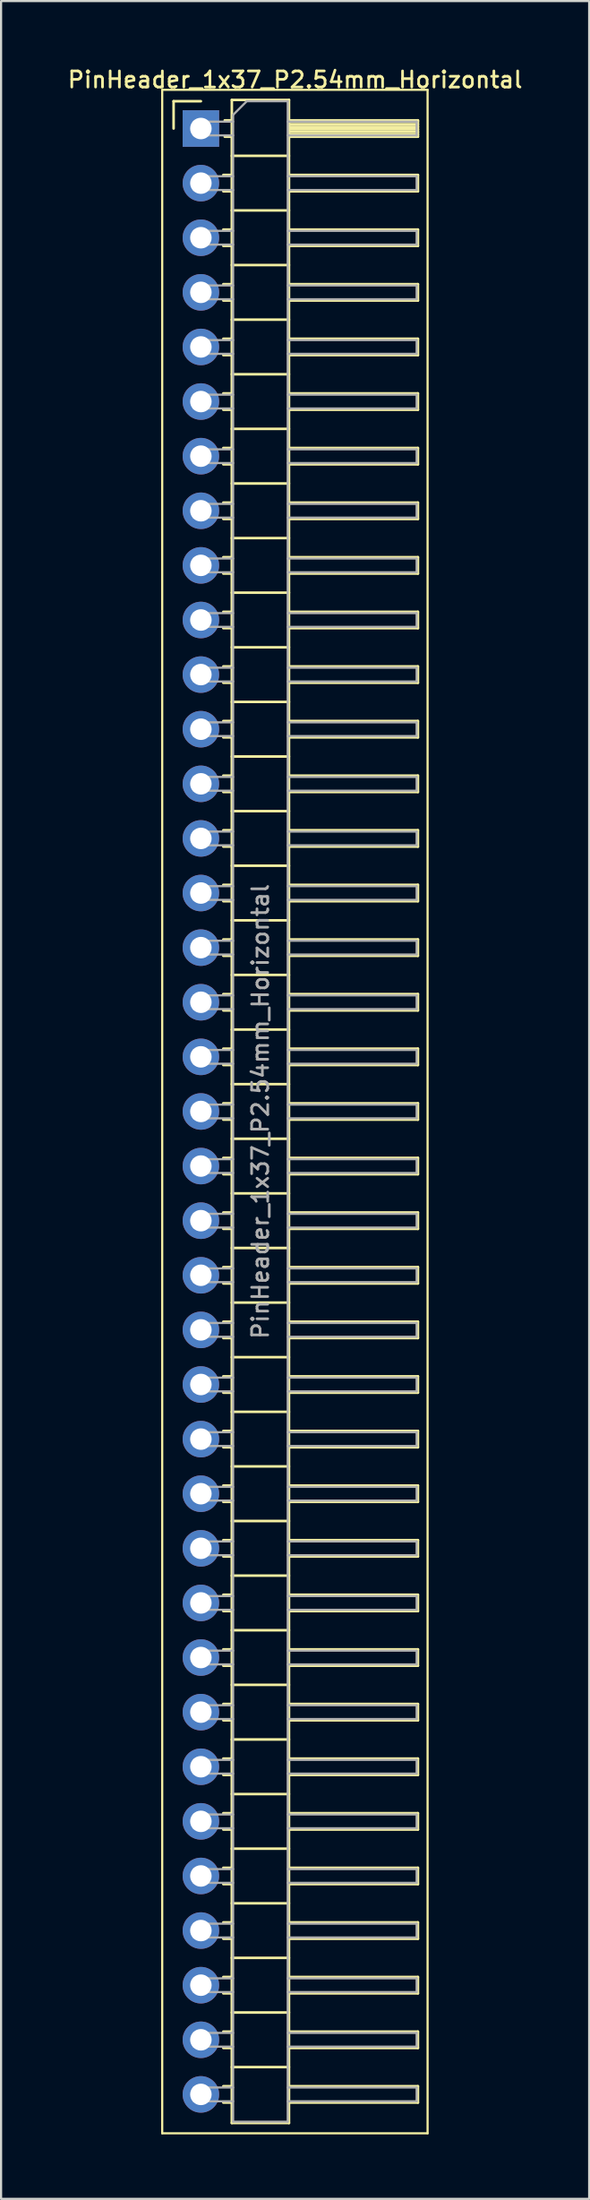
<source format=kicad_pcb>
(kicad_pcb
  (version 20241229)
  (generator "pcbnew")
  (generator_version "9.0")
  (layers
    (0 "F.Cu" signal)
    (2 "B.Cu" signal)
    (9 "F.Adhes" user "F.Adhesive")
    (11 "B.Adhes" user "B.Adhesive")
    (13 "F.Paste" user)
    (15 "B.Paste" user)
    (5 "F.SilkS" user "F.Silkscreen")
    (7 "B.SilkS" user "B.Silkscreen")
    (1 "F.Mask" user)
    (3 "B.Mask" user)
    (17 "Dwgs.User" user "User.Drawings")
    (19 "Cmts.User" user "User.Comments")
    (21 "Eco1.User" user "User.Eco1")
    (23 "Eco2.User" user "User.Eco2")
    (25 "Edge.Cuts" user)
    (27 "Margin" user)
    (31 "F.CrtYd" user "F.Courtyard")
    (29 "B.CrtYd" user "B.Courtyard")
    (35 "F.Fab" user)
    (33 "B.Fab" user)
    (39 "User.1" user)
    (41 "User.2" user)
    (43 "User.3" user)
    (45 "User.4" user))
  (footprint "PinHeader_1x37_P2.54mm_Horizontal"
    (layer "F.Cu")
    (at 6.299 2.928)
    (property "Reference" "PinHeader_1x37_P2.54mm_Horizontal" (at 4.385 -2.27 0) (layer "F.SilkS") (effects (font (size 0.75 0.75) (thickness 0.125))))
    (attr through_hole)
    (fp_line (start -1.8 -1.8) (end -1.8 93.25) (stroke (width 0.1) (type solid)) (layer "F.SilkS"))
    (fp_line (start -1.8 93.25) (end 10.55 93.25) (stroke (width 0.1) (type solid)) (layer "F.SilkS"))
    (fp_line (start -1.27 -1.27) (end 0 -1.27) (stroke (width 0.12) (type solid)) (layer "F.SilkS"))
    (fp_line (start -1.27 0) (end -1.27 -1.27) (stroke (width 0.12) (type solid)) (layer "F.SilkS"))
    (fp_line (start 1.043 2.16) (end 1.44 2.16) (stroke (width 0.12) (type solid)) (layer "F.SilkS"))
    (fp_line (start 1.043 2.92) (end 1.44 2.92) (stroke (width 0.12) (type solid)) (layer "F.SilkS"))
    (fp_line (start 1.043 4.7) (end 1.44 4.7) (stroke (width 0.12) (type solid)) (layer "F.SilkS"))
    (fp_line (start 1.043 5.46) (end 1.44 5.46) (stroke (width 0.12) (type solid)) (layer "F.SilkS"))
    (fp_line (start 1.043 7.24) (end 1.44 7.24) (stroke (width 0.12) (type solid)) (layer "F.SilkS"))
    (fp_line (start 1.043 8) (end 1.44 8) (stroke (width 0.12) (type solid)) (layer "F.SilkS"))
    (fp_line (start 1.043 9.78) (end 1.44 9.78) (stroke (width 0.12) (type solid)) (layer "F.SilkS"))
    (fp_line (start 1.043 10.54) (end 1.44 10.54) (stroke (width 0.12) (type solid)) (layer "F.SilkS"))
    (fp_line (start 1.043 12.32) (end 1.44 12.32) (stroke (width 0.12) (type solid)) (layer "F.SilkS"))
    (fp_line (start 1.043 13.08) (end 1.44 13.08) (stroke (width 0.12) (type solid)) (layer "F.SilkS"))
    (fp_line (start 1.043 14.86) (end 1.44 14.86) (stroke (width 0.12) (type solid)) (layer "F.SilkS"))
    (fp_line (start 1.043 15.62) (end 1.44 15.62) (stroke (width 0.12) (type solid)) (layer "F.SilkS"))
    (fp_line (start 1.043 17.4) (end 1.44 17.4) (stroke (width 0.12) (type solid)) (layer "F.SilkS"))
    (fp_line (start 1.043 18.16) (end 1.44 18.16) (stroke (width 0.12) (type solid)) (layer "F.SilkS"))
    (fp_line (start 1.043 19.94) (end 1.44 19.94) (stroke (width 0.12) (type solid)) (layer "F.SilkS"))
    (fp_line (start 1.043 20.7) (end 1.44 20.7) (stroke (width 0.12) (type solid)) (layer "F.SilkS"))
    (fp_line (start 1.043 22.48) (end 1.44 22.48) (stroke (width 0.12) (type solid)) (layer "F.SilkS"))
    (fp_line (start 1.043 23.24) (end 1.44 23.24) (stroke (width 0.12) (type solid)) (layer "F.SilkS"))
    (fp_line (start 1.043 25.02) (end 1.44 25.02) (stroke (width 0.12) (type solid)) (layer "F.SilkS"))
    (fp_line (start 1.043 25.78) (end 1.44 25.78) (stroke (width 0.12) (type solid)) (layer "F.SilkS"))
    (fp_line (start 1.043 27.56) (end 1.44 27.56) (stroke (width 0.12) (type solid)) (layer "F.SilkS"))
    (fp_line (start 1.043 28.32) (end 1.44 28.32) (stroke (width 0.12) (type solid)) (layer "F.SilkS"))
    (fp_line (start 1.043 30.1) (end 1.44 30.1) (stroke (width 0.12) (type solid)) (layer "F.SilkS"))
    (fp_line (start 1.043 30.86) (end 1.44 30.86) (stroke (width 0.12) (type solid)) (layer "F.SilkS"))
    (fp_line (start 1.043 32.64) (end 1.44 32.64) (stroke (width 0.12) (type solid)) (layer "F.SilkS"))
    (fp_line (start 1.043 33.4) (end 1.44 33.4) (stroke (width 0.12) (type solid)) (layer "F.SilkS"))
    (fp_line (start 1.043 35.18) (end 1.44 35.18) (stroke (width 0.12) (type solid)) (layer "F.SilkS"))
    (fp_line (start 1.043 35.94) (end 1.44 35.94) (stroke (width 0.12) (type solid)) (layer "F.SilkS"))
    (fp_line (start 1.043 37.72) (end 1.44 37.72) (stroke (width 0.12) (type solid)) (layer "F.SilkS"))
    (fp_line (start 1.043 38.48) (end 1.44 38.48) (stroke (width 0.12) (type solid)) (layer "F.SilkS"))
    (fp_line (start 1.043 40.26) (end 1.44 40.26) (stroke (width 0.12) (type solid)) (layer "F.SilkS"))
    (fp_line (start 1.043 41.02) (end 1.44 41.02) (stroke (width 0.12) (type solid)) (layer "F.SilkS"))
    (fp_line (start 1.043 42.8) (end 1.44 42.8) (stroke (width 0.12) (type solid)) (layer "F.SilkS"))
    (fp_line (start 1.043 43.56) (end 1.44 43.56) (stroke (width 0.12) (type solid)) (layer "F.SilkS"))
    (fp_line (start 1.043 45.34) (end 1.44 45.34) (stroke (width 0.12) (type solid)) (layer "F.SilkS"))
    (fp_line (start 1.043 46.1) (end 1.44 46.1) (stroke (width 0.12) (type solid)) (layer "F.SilkS"))
    (fp_line (start 1.043 47.88) (end 1.44 47.88) (stroke (width 0.12) (type solid)) (layer "F.SilkS"))
    (fp_line (start 1.043 48.64) (end 1.44 48.64) (stroke (width 0.12) (type solid)) (layer "F.SilkS"))
    (fp_line (start 1.043 50.42) (end 1.44 50.42) (stroke (width 0.12) (type solid)) (layer "F.SilkS"))
    (fp_line (start 1.043 51.18) (end 1.44 51.18) (stroke (width 0.12) (type solid)) (layer "F.SilkS"))
    (fp_line (start 1.043 52.96) (end 1.44 52.96) (stroke (width 0.12) (type solid)) (layer "F.SilkS"))
    (fp_line (start 1.043 53.72) (end 1.44 53.72) (stroke (width 0.12) (type solid)) (layer "F.SilkS"))
    (fp_line (start 1.043 55.5) (end 1.44 55.5) (stroke (width 0.12) (type solid)) (layer "F.SilkS"))
    (fp_line (start 1.043 56.26) (end 1.44 56.26) (stroke (width 0.12) (type solid)) (layer "F.SilkS"))
    (fp_line (start 1.043 58.04) (end 1.44 58.04) (stroke (width 0.12) (type solid)) (layer "F.SilkS"))
    (fp_line (start 1.043 58.8) (end 1.44 58.8) (stroke (width 0.12) (type solid)) (layer "F.SilkS"))
    (fp_line (start 1.043 60.58) (end 1.44 60.58) (stroke (width 0.12) (type solid)) (layer "F.SilkS"))
    (fp_line (start 1.043 61.34) (end 1.44 61.34) (stroke (width 0.12) (type solid)) (layer "F.SilkS"))
    (fp_line (start 1.043 63.12) (end 1.44 63.12) (stroke (width 0.12) (type solid)) (layer "F.SilkS"))
    (fp_line (start 1.043 63.88) (end 1.44 63.88) (stroke (width 0.12) (type solid)) (layer "F.SilkS"))
    (fp_line (start 1.043 65.66) (end 1.44 65.66) (stroke (width 0.12) (type solid)) (layer "F.SilkS"))
    (fp_line (start 1.043 66.42) (end 1.44 66.42) (stroke (width 0.12) (type solid)) (layer "F.SilkS"))
    (fp_line (start 1.043 68.2) (end 1.44 68.2) (stroke (width 0.12) (type solid)) (layer "F.SilkS"))
    (fp_line (start 1.043 68.96) (end 1.44 68.96) (stroke (width 0.12) (type solid)) (layer "F.SilkS"))
    (fp_line (start 1.043 70.74) (end 1.44 70.74) (stroke (width 0.12) (type solid)) (layer "F.SilkS"))
    (fp_line (start 1.043 71.5) (end 1.44 71.5) (stroke (width 0.12) (type solid)) (layer "F.SilkS"))
    (fp_line (start 1.043 73.28) (end 1.44 73.28) (stroke (width 0.12) (type solid)) (layer "F.SilkS"))
    (fp_line (start 1.043 74.04) (end 1.44 74.04) (stroke (width 0.12) (type solid)) (layer "F.SilkS"))
    (fp_line (start 1.043 75.82) (end 1.44 75.82) (stroke (width 0.12) (type solid)) (layer "F.SilkS"))
    (fp_line (start 1.043 76.58) (end 1.44 76.58) (stroke (width 0.12) (type solid)) (layer "F.SilkS"))
    (fp_line (start 1.043 78.36) (end 1.44 78.36) (stroke (width 0.12) (type solid)) (layer "F.SilkS"))
    (fp_line (start 1.043 79.12) (end 1.44 79.12) (stroke (width 0.12) (type solid)) (layer "F.SilkS"))
    (fp_line (start 1.043 80.9) (end 1.44 80.9) (stroke (width 0.12) (type solid)) (layer "F.SilkS"))
    (fp_line (start 1.043 81.66) (end 1.44 81.66) (stroke (width 0.12) (type solid)) (layer "F.SilkS"))
    (fp_line (start 1.043 83.44) (end 1.44 83.44) (stroke (width 0.12) (type solid)) (layer "F.SilkS"))
    (fp_line (start 1.043 84.2) (end 1.44 84.2) (stroke (width 0.12) (type solid)) (layer "F.SilkS"))
    (fp_line (start 1.043 85.98) (end 1.44 85.98) (stroke (width 0.12) (type solid)) (layer "F.SilkS"))
    (fp_line (start 1.043 86.74) (end 1.44 86.74) (stroke (width 0.12) (type solid)) (layer "F.SilkS"))
    (fp_line (start 1.043 88.52) (end 1.44 88.52) (stroke (width 0.12) (type solid)) (layer "F.SilkS"))
    (fp_line (start 1.043 89.28) (end 1.44 89.28) (stroke (width 0.12) (type solid)) (layer "F.SilkS"))
    (fp_line (start 1.043 91.06) (end 1.44 91.06) (stroke (width 0.12) (type solid)) (layer "F.SilkS"))
    (fp_line (start 1.043 91.82) (end 1.44 91.82) (stroke (width 0.12) (type solid)) (layer "F.SilkS"))
    (fp_line (start 1.11 -0.38) (end 1.44 -0.38) (stroke (width 0.12) (type solid)) (layer "F.SilkS"))
    (fp_line (start 1.11 0.38) (end 1.44 0.38) (stroke (width 0.12) (type solid)) (layer "F.SilkS"))
    (fp_line (start 1.44 -1.33) (end 1.44 92.77) (stroke (width 0.12) (type solid)) (layer "F.SilkS"))
    (fp_line (start 1.44 1.27) (end 4.1 1.27) (stroke (width 0.12) (type solid)) (layer "F.SilkS"))
    (fp_line (start 1.44 3.81) (end 4.1 3.81) (stroke (width 0.12) (type solid)) (layer "F.SilkS"))
    (fp_line (start 1.44 6.35) (end 4.1 6.35) (stroke (width 0.12) (type solid)) (layer "F.SilkS"))
    (fp_line (start 1.44 8.89) (end 4.1 8.89) (stroke (width 0.12) (type solid)) (layer "F.SilkS"))
    (fp_line (start 1.44 11.43) (end 4.1 11.43) (stroke (width 0.12) (type solid)) (layer "F.SilkS"))
    (fp_line (start 1.44 13.97) (end 4.1 13.97) (stroke (width 0.12) (type solid)) (layer "F.SilkS"))
    (fp_line (start 1.44 16.51) (end 4.1 16.51) (stroke (width 0.12) (type solid)) (layer "F.SilkS"))
    (fp_line (start 1.44 19.05) (end 4.1 19.05) (stroke (width 0.12) (type solid)) (layer "F.SilkS"))
    (fp_line (start 1.44 21.59) (end 4.1 21.59) (stroke (width 0.12) (type solid)) (layer "F.SilkS"))
    (fp_line (start 1.44 24.13) (end 4.1 24.13) (stroke (width 0.12) (type solid)) (layer "F.SilkS"))
    (fp_line (start 1.44 26.67) (end 4.1 26.67) (stroke (width 0.12) (type solid)) (layer "F.SilkS"))
    (fp_line (start 1.44 29.21) (end 4.1 29.21) (stroke (width 0.12) (type solid)) (layer "F.SilkS"))
    (fp_line (start 1.44 31.75) (end 4.1 31.75) (stroke (width 0.12) (type solid)) (layer "F.SilkS"))
    (fp_line (start 1.44 34.29) (end 4.1 34.29) (stroke (width 0.12) (type solid)) (layer "F.SilkS"))
    (fp_line (start 1.44 36.83) (end 4.1 36.83) (stroke (width 0.12) (type solid)) (layer "F.SilkS"))
    (fp_line (start 1.44 39.37) (end 4.1 39.37) (stroke (width 0.12) (type solid)) (layer "F.SilkS"))
    (fp_line (start 1.44 41.91) (end 4.1 41.91) (stroke (width 0.12) (type solid)) (layer "F.SilkS"))
    (fp_line (start 1.44 44.45) (end 4.1 44.45) (stroke (width 0.12) (type solid)) (layer "F.SilkS"))
    (fp_line (start 1.44 46.99) (end 4.1 46.99) (stroke (width 0.12) (type solid)) (layer "F.SilkS"))
    (fp_line (start 1.44 49.53) (end 4.1 49.53) (stroke (width 0.12) (type solid)) (layer "F.SilkS"))
    (fp_line (start 1.44 52.07) (end 4.1 52.07) (stroke (width 0.12) (type solid)) (layer "F.SilkS"))
    (fp_line (start 1.44 54.61) (end 4.1 54.61) (stroke (width 0.12) (type solid)) (layer "F.SilkS"))
    (fp_line (start 1.44 57.15) (end 4.1 57.15) (stroke (width 0.12) (type solid)) (layer "F.SilkS"))
    (fp_line (start 1.44 59.69) (end 4.1 59.69) (stroke (width 0.12) (type solid)) (layer "F.SilkS"))
    (fp_line (start 1.44 62.23) (end 4.1 62.23) (stroke (width 0.12) (type solid)) (layer "F.SilkS"))
    (fp_line (start 1.44 64.77) (end 4.1 64.77) (stroke (width 0.12) (type solid)) (layer "F.SilkS"))
    (fp_line (start 1.44 67.31) (end 4.1 67.31) (stroke (width 0.12) (type solid)) (layer "F.SilkS"))
    (fp_line (start 1.44 69.85) (end 4.1 69.85) (stroke (width 0.12) (type solid)) (layer "F.SilkS"))
    (fp_line (start 1.44 72.39) (end 4.1 72.39) (stroke (width 0.12) (type solid)) (layer "F.SilkS"))
    (fp_line (start 1.44 74.93) (end 4.1 74.93) (stroke (width 0.12) (type solid)) (layer "F.SilkS"))
    (fp_line (start 1.44 77.47) (end 4.1 77.47) (stroke (width 0.12) (type solid)) (layer "F.SilkS"))
    (fp_line (start 1.44 80.01) (end 4.1 80.01) (stroke (width 0.12) (type solid)) (layer "F.SilkS"))
    (fp_line (start 1.44 82.55) (end 4.1 82.55) (stroke (width 0.12) (type solid)) (layer "F.SilkS"))
    (fp_line (start 1.44 85.09) (end 4.1 85.09) (stroke (width 0.12) (type solid)) (layer "F.SilkS"))
    (fp_line (start 1.44 87.63) (end 4.1 87.63) (stroke (width 0.12) (type solid)) (layer "F.SilkS"))
    (fp_line (start 1.44 90.17) (end 4.1 90.17) (stroke (width 0.12) (type solid)) (layer "F.SilkS"))
    (fp_line (start 1.44 92.77) (end 4.1 92.77) (stroke (width 0.12) (type solid)) (layer "F.SilkS"))
    (fp_line (start 4.1 -1.33) (end 1.44 -1.33) (stroke (width 0.12) (type solid)) (layer "F.SilkS"))
    (fp_line (start 4.1 -0.38) (end 10.1 -0.38) (stroke (width 0.12) (type solid)) (layer "F.SilkS"))
    (fp_line (start 4.1 -0.32) (end 10.1 -0.32) (stroke (width 0.12) (type solid)) (layer "F.SilkS"))
    (fp_line (start 4.1 -0.2) (end 10.1 -0.2) (stroke (width 0.12) (type solid)) (layer "F.SilkS"))
    (fp_line (start 4.1 -0.08) (end 10.1 -0.08) (stroke (width 0.12) (type solid)) (layer "F.SilkS"))
    (fp_line (start 4.1 0.04) (end 10.1 0.04) (stroke (width 0.12) (type solid)) (layer "F.SilkS"))
    (fp_line (start 4.1 0.16) (end 10.1 0.16) (stroke (width 0.12) (type solid)) (layer "F.SilkS"))
    (fp_line (start 4.1 0.28) (end 10.1 0.28) (stroke (width 0.12) (type solid)) (layer "F.SilkS"))
    (fp_line (start 4.1 2.16) (end 10.1 2.16) (stroke (width 0.12) (type solid)) (layer "F.SilkS"))
    (fp_line (start 4.1 4.7) (end 10.1 4.7) (stroke (width 0.12) (type solid)) (layer "F.SilkS"))
    (fp_line (start 4.1 7.24) (end 10.1 7.24) (stroke (width 0.12) (type solid)) (layer "F.SilkS"))
    (fp_line (start 4.1 9.78) (end 10.1 9.78) (stroke (width 0.12) (type solid)) (layer "F.SilkS"))
    (fp_line (start 4.1 12.32) (end 10.1 12.32) (stroke (width 0.12) (type solid)) (layer "F.SilkS"))
    (fp_line (start 4.1 14.86) (end 10.1 14.86) (stroke (width 0.12) (type solid)) (layer "F.SilkS"))
    (fp_line (start 4.1 17.4) (end 10.1 17.4) (stroke (width 0.12) (type solid)) (layer "F.SilkS"))
    (fp_line (start 4.1 19.94) (end 10.1 19.94) (stroke (width 0.12) (type solid)) (layer "F.SilkS"))
    (fp_line (start 4.1 22.48) (end 10.1 22.48) (stroke (width 0.12) (type solid)) (layer "F.SilkS"))
    (fp_line (start 4.1 25.02) (end 10.1 25.02) (stroke (width 0.12) (type solid)) (layer "F.SilkS"))
    (fp_line (start 4.1 27.56) (end 10.1 27.56) (stroke (width 0.12) (type solid)) (layer "F.SilkS"))
    (fp_line (start 4.1 30.1) (end 10.1 30.1) (stroke (width 0.12) (type solid)) (layer "F.SilkS"))
    (fp_line (start 4.1 32.64) (end 10.1 32.64) (stroke (width 0.12) (type solid)) (layer "F.SilkS"))
    (fp_line (start 4.1 35.18) (end 10.1 35.18) (stroke (width 0.12) (type solid)) (layer "F.SilkS"))
    (fp_line (start 4.1 37.72) (end 10.1 37.72) (stroke (width 0.12) (type solid)) (layer "F.SilkS"))
    (fp_line (start 4.1 40.26) (end 10.1 40.26) (stroke (width 0.12) (type solid)) (layer "F.SilkS"))
    (fp_line (start 4.1 42.8) (end 10.1 42.8) (stroke (width 0.12) (type solid)) (layer "F.SilkS"))
    (fp_line (start 4.1 45.34) (end 10.1 45.34) (stroke (width 0.12) (type solid)) (layer "F.SilkS"))
    (fp_line (start 4.1 47.88) (end 10.1 47.88) (stroke (width 0.12) (type solid)) (layer "F.SilkS"))
    (fp_line (start 4.1 50.42) (end 10.1 50.42) (stroke (width 0.12) (type solid)) (layer "F.SilkS"))
    (fp_line (start 4.1 52.96) (end 10.1 52.96) (stroke (width 0.12) (type solid)) (layer "F.SilkS"))
    (fp_line (start 4.1 55.5) (end 10.1 55.5) (stroke (width 0.12) (type solid)) (layer "F.SilkS"))
    (fp_line (start 4.1 58.04) (end 10.1 58.04) (stroke (width 0.12) (type solid)) (layer "F.SilkS"))
    (fp_line (start 4.1 60.58) (end 10.1 60.58) (stroke (width 0.12) (type solid)) (layer "F.SilkS"))
    (fp_line (start 4.1 63.12) (end 10.1 63.12) (stroke (width 0.12) (type solid)) (layer "F.SilkS"))
    (fp_line (start 4.1 65.66) (end 10.1 65.66) (stroke (width 0.12) (type solid)) (layer "F.SilkS"))
    (fp_line (start 4.1 68.2) (end 10.1 68.2) (stroke (width 0.12) (type solid)) (layer "F.SilkS"))
    (fp_line (start 4.1 70.74) (end 10.1 70.74) (stroke (width 0.12) (type solid)) (layer "F.SilkS"))
    (fp_line (start 4.1 73.28) (end 10.1 73.28) (stroke (width 0.12) (type solid)) (layer "F.SilkS"))
    (fp_line (start 4.1 75.82) (end 10.1 75.82) (stroke (width 0.12) (type solid)) (layer "F.SilkS"))
    (fp_line (start 4.1 78.36) (end 10.1 78.36) (stroke (width 0.12) (type solid)) (layer "F.SilkS"))
    (fp_line (start 4.1 80.9) (end 10.1 80.9) (stroke (width 0.12) (type solid)) (layer "F.SilkS"))
    (fp_line (start 4.1 83.44) (end 10.1 83.44) (stroke (width 0.12) (type solid)) (layer "F.SilkS"))
    (fp_line (start 4.1 85.98) (end 10.1 85.98) (stroke (width 0.12) (type solid)) (layer "F.SilkS"))
    (fp_line (start 4.1 88.52) (end 10.1 88.52) (stroke (width 0.12) (type solid)) (layer "F.SilkS"))
    (fp_line (start 4.1 91.06) (end 10.1 91.06) (stroke (width 0.12) (type solid)) (layer "F.SilkS"))
    (fp_line (start 4.1 92.77) (end 4.1 -1.33) (stroke (width 0.12) (type solid)) (layer "F.SilkS"))
    (fp_line (start 10.1 -0.38) (end 10.1 0.38) (stroke (width 0.12) (type solid)) (layer "F.SilkS"))
    (fp_line (start 10.1 0.38) (end 4.1 0.38) (stroke (width 0.12) (type solid)) (layer "F.SilkS"))
    (fp_line (start 10.1 2.16) (end 10.1 2.92) (stroke (width 0.12) (type solid)) (layer "F.SilkS"))
    (fp_line (start 10.1 2.92) (end 4.1 2.92) (stroke (width 0.12) (type solid)) (layer "F.SilkS"))
    (fp_line (start 10.1 4.7) (end 10.1 5.46) (stroke (width 0.12) (type solid)) (layer "F.SilkS"))
    (fp_line (start 10.1 5.46) (end 4.1 5.46) (stroke (width 0.12) (type solid)) (layer "F.SilkS"))
    (fp_line (start 10.1 7.24) (end 10.1 8) (stroke (width 0.12) (type solid)) (layer "F.SilkS"))
    (fp_line (start 10.1 8) (end 4.1 8) (stroke (width 0.12) (type solid)) (layer "F.SilkS"))
    (fp_line (start 10.1 9.78) (end 10.1 10.54) (stroke (width 0.12) (type solid)) (layer "F.SilkS"))
    (fp_line (start 10.1 10.54) (end 4.1 10.54) (stroke (width 0.12) (type solid)) (layer "F.SilkS"))
    (fp_line (start 10.1 12.32) (end 10.1 13.08) (stroke (width 0.12) (type solid)) (layer "F.SilkS"))
    (fp_line (start 10.1 13.08) (end 4.1 13.08) (stroke (width 0.12) (type solid)) (layer "F.SilkS"))
    (fp_line (start 10.1 14.86) (end 10.1 15.62) (stroke (width 0.12) (type solid)) (layer "F.SilkS"))
    (fp_line (start 10.1 15.62) (end 4.1 15.62) (stroke (width 0.12) (type solid)) (layer "F.SilkS"))
    (fp_line (start 10.1 17.4) (end 10.1 18.16) (stroke (width 0.12) (type solid)) (layer "F.SilkS"))
    (fp_line (start 10.1 18.16) (end 4.1 18.16) (stroke (width 0.12) (type solid)) (layer "F.SilkS"))
    (fp_line (start 10.1 19.94) (end 10.1 20.7) (stroke (width 0.12) (type solid)) (layer "F.SilkS"))
    (fp_line (start 10.1 20.7) (end 4.1 20.7) (stroke (width 0.12) (type solid)) (layer "F.SilkS"))
    (fp_line (start 10.1 22.48) (end 10.1 23.24) (stroke (width 0.12) (type solid)) (layer "F.SilkS"))
    (fp_line (start 10.1 23.24) (end 4.1 23.24) (stroke (width 0.12) (type solid)) (layer "F.SilkS"))
    (fp_line (start 10.1 25.02) (end 10.1 25.78) (stroke (width 0.12) (type solid)) (layer "F.SilkS"))
    (fp_line (start 10.1 25.78) (end 4.1 25.78) (stroke (width 0.12) (type solid)) (layer "F.SilkS"))
    (fp_line (start 10.1 27.56) (end 10.1 28.32) (stroke (width 0.12) (type solid)) (layer "F.SilkS"))
    (fp_line (start 10.1 28.32) (end 4.1 28.32) (stroke (width 0.12) (type solid)) (layer "F.SilkS"))
    (fp_line (start 10.1 30.1) (end 10.1 30.86) (stroke (width 0.12) (type solid)) (layer "F.SilkS"))
    (fp_line (start 10.1 30.86) (end 4.1 30.86) (stroke (width 0.12) (type solid)) (layer "F.SilkS"))
    (fp_line (start 10.1 32.64) (end 10.1 33.4) (stroke (width 0.12) (type solid)) (layer "F.SilkS"))
    (fp_line (start 10.1 33.4) (end 4.1 33.4) (stroke (width 0.12) (type solid)) (layer "F.SilkS"))
    (fp_line (start 10.1 35.18) (end 10.1 35.94) (stroke (width 0.12) (type solid)) (layer "F.SilkS"))
    (fp_line (start 10.1 35.94) (end 4.1 35.94) (stroke (width 0.12) (type solid)) (layer "F.SilkS"))
    (fp_line (start 10.1 37.72) (end 10.1 38.48) (stroke (width 0.12) (type solid)) (layer "F.SilkS"))
    (fp_line (start 10.1 38.48) (end 4.1 38.48) (stroke (width 0.12) (type solid)) (layer "F.SilkS"))
    (fp_line (start 10.1 40.26) (end 10.1 41.02) (stroke (width 0.12) (type solid)) (layer "F.SilkS"))
    (fp_line (start 10.1 41.02) (end 4.1 41.02) (stroke (width 0.12) (type solid)) (layer "F.SilkS"))
    (fp_line (start 10.1 42.8) (end 10.1 43.56) (stroke (width 0.12) (type solid)) (layer "F.SilkS"))
    (fp_line (start 10.1 43.56) (end 4.1 43.56) (stroke (width 0.12) (type solid)) (layer "F.SilkS"))
    (fp_line (start 10.1 45.34) (end 10.1 46.1) (stroke (width 0.12) (type solid)) (layer "F.SilkS"))
    (fp_line (start 10.1 46.1) (end 4.1 46.1) (stroke (width 0.12) (type solid)) (layer "F.SilkS"))
    (fp_line (start 10.1 47.88) (end 10.1 48.64) (stroke (width 0.12) (type solid)) (layer "F.SilkS"))
    (fp_line (start 10.1 48.64) (end 4.1 48.64) (stroke (width 0.12) (type solid)) (layer "F.SilkS"))
    (fp_line (start 10.1 50.42) (end 10.1 51.18) (stroke (width 0.12) (type solid)) (layer "F.SilkS"))
    (fp_line (start 10.1 51.18) (end 4.1 51.18) (stroke (width 0.12) (type solid)) (layer "F.SilkS"))
    (fp_line (start 10.1 52.96) (end 10.1 53.72) (stroke (width 0.12) (type solid)) (layer "F.SilkS"))
    (fp_line (start 10.1 53.72) (end 4.1 53.72) (stroke (width 0.12) (type solid)) (layer "F.SilkS"))
    (fp_line (start 10.1 55.5) (end 10.1 56.26) (stroke (width 0.12) (type solid)) (layer "F.SilkS"))
    (fp_line (start 10.1 56.26) (end 4.1 56.26) (stroke (width 0.12) (type solid)) (layer "F.SilkS"))
    (fp_line (start 10.1 58.04) (end 10.1 58.8) (stroke (width 0.12) (type solid)) (layer "F.SilkS"))
    (fp_line (start 10.1 58.8) (end 4.1 58.8) (stroke (width 0.12) (type solid)) (layer "F.SilkS"))
    (fp_line (start 10.1 60.58) (end 10.1 61.34) (stroke (width 0.12) (type solid)) (layer "F.SilkS"))
    (fp_line (start 10.1 61.34) (end 4.1 61.34) (stroke (width 0.12) (type solid)) (layer "F.SilkS"))
    (fp_line (start 10.1 63.12) (end 10.1 63.88) (stroke (width 0.12) (type solid)) (layer "F.SilkS"))
    (fp_line (start 10.1 63.88) (end 4.1 63.88) (stroke (width 0.12) (type solid)) (layer "F.SilkS"))
    (fp_line (start 10.1 65.66) (end 10.1 66.42) (stroke (width 0.12) (type solid)) (layer "F.SilkS"))
    (fp_line (start 10.1 66.42) (end 4.1 66.42) (stroke (width 0.12) (type solid)) (layer "F.SilkS"))
    (fp_line (start 10.1 68.2) (end 10.1 68.96) (stroke (width 0.12) (type solid)) (layer "F.SilkS"))
    (fp_line (start 10.1 68.96) (end 4.1 68.96) (stroke (width 0.12) (type solid)) (layer "F.SilkS"))
    (fp_line (start 10.1 70.74) (end 10.1 71.5) (stroke (width 0.12) (type solid)) (layer "F.SilkS"))
    (fp_line (start 10.1 71.5) (end 4.1 71.5) (stroke (width 0.12) (type solid)) (layer "F.SilkS"))
    (fp_line (start 10.1 73.28) (end 10.1 74.04) (stroke (width 0.12) (type solid)) (layer "F.SilkS"))
    (fp_line (start 10.1 74.04) (end 4.1 74.04) (stroke (width 0.12) (type solid)) (layer "F.SilkS"))
    (fp_line (start 10.1 75.82) (end 10.1 76.58) (stroke (width 0.12) (type solid)) (layer "F.SilkS"))
    (fp_line (start 10.1 76.58) (end 4.1 76.58) (stroke (width 0.12) (type solid)) (layer "F.SilkS"))
    (fp_line (start 10.1 78.36) (end 10.1 79.12) (stroke (width 0.12) (type solid)) (layer "F.SilkS"))
    (fp_line (start 10.1 79.12) (end 4.1 79.12) (stroke (width 0.12) (type solid)) (layer "F.SilkS"))
    (fp_line (start 10.1 80.9) (end 10.1 81.66) (stroke (width 0.12) (type solid)) (layer "F.SilkS"))
    (fp_line (start 10.1 81.66) (end 4.1 81.66) (stroke (width 0.12) (type solid)) (layer "F.SilkS"))
    (fp_line (start 10.1 83.44) (end 10.1 84.2) (stroke (width 0.12) (type solid)) (layer "F.SilkS"))
    (fp_line (start 10.1 84.2) (end 4.1 84.2) (stroke (width 0.12) (type solid)) (layer "F.SilkS"))
    (fp_line (start 10.1 85.98) (end 10.1 86.74) (stroke (width 0.12) (type solid)) (layer "F.SilkS"))
    (fp_line (start 10.1 86.74) (end 4.1 86.74) (stroke (width 0.12) (type solid)) (layer "F.SilkS"))
    (fp_line (start 10.1 88.52) (end 10.1 89.28) (stroke (width 0.12) (type solid)) (layer "F.SilkS"))
    (fp_line (start 10.1 89.28) (end 4.1 89.28) (stroke (width 0.12) (type solid)) (layer "F.SilkS"))
    (fp_line (start 10.1 91.06) (end 10.1 91.82) (stroke (width 0.12) (type solid)) (layer "F.SilkS"))
    (fp_line (start 10.1 91.82) (end 4.1 91.82) (stroke (width 0.12) (type solid)) (layer "F.SilkS"))
    (fp_line (start 10.55 -1.8) (end -1.8 -1.8) (stroke (width 0.1) (type solid)) (layer "F.SilkS"))
    (fp_line (start 10.55 93.25) (end 10.55 -1.8) (stroke (width 0.1) (type solid)) (layer "F.SilkS"))
    (fp_line (start -0.32 -0.32) (end -0.32 0.32) (stroke (width 0.1) (type solid)) (layer "F.Fab"))
    (fp_line (start -0.32 -0.32) (end 1.5 -0.32) (stroke (width 0.1) (type solid)) (layer "F.Fab"))
    (fp_line (start -0.32 0.32) (end 1.5 0.32) (stroke (width 0.1) (type solid)) (layer "F.Fab"))
    (fp_line (start -0.32 2.22) (end -0.32 2.86) (stroke (width 0.1) (type solid)) (layer "F.Fab"))
    (fp_line (start -0.32 2.22) (end 1.5 2.22) (stroke (width 0.1) (type solid)) (layer "F.Fab"))
    (fp_line (start -0.32 2.86) (end 1.5 2.86) (stroke (width 0.1) (type solid)) (layer "F.Fab"))
    (fp_line (start -0.32 4.76) (end -0.32 5.4) (stroke (width 0.1) (type solid)) (layer "F.Fab"))
    (fp_line (start -0.32 4.76) (end 1.5 4.76) (stroke (width 0.1) (type solid)) (layer "F.Fab"))
    (fp_line (start -0.32 5.4) (end 1.5 5.4) (stroke (width 0.1) (type solid)) (layer "F.Fab"))
    (fp_line (start -0.32 7.3) (end -0.32 7.94) (stroke (width 0.1) (type solid)) (layer "F.Fab"))
    (fp_line (start -0.32 7.3) (end 1.5 7.3) (stroke (width 0.1) (type solid)) (layer "F.Fab"))
    (fp_line (start -0.32 7.94) (end 1.5 7.94) (stroke (width 0.1) (type solid)) (layer "F.Fab"))
    (fp_line (start -0.32 9.84) (end -0.32 10.48) (stroke (width 0.1) (type solid)) (layer "F.Fab"))
    (fp_line (start -0.32 9.84) (end 1.5 9.84) (stroke (width 0.1) (type solid)) (layer "F.Fab"))
    (fp_line (start -0.32 10.48) (end 1.5 10.48) (stroke (width 0.1) (type solid)) (layer "F.Fab"))
    (fp_line (start -0.32 12.38) (end -0.32 13.02) (stroke (width 0.1) (type solid)) (layer "F.Fab"))
    (fp_line (start -0.32 12.38) (end 1.5 12.38) (stroke (width 0.1) (type solid)) (layer "F.Fab"))
    (fp_line (start -0.32 13.02) (end 1.5 13.02) (stroke (width 0.1) (type solid)) (layer "F.Fab"))
    (fp_line (start -0.32 14.92) (end -0.32 15.56) (stroke (width 0.1) (type solid)) (layer "F.Fab"))
    (fp_line (start -0.32 14.92) (end 1.5 14.92) (stroke (width 0.1) (type solid)) (layer "F.Fab"))
    (fp_line (start -0.32 15.56) (end 1.5 15.56) (stroke (width 0.1) (type solid)) (layer "F.Fab"))
    (fp_line (start -0.32 17.46) (end -0.32 18.1) (stroke (width 0.1) (type solid)) (layer "F.Fab"))
    (fp_line (start -0.32 17.46) (end 1.5 17.46) (stroke (width 0.1) (type solid)) (layer "F.Fab"))
    (fp_line (start -0.32 18.1) (end 1.5 18.1) (stroke (width 0.1) (type solid)) (layer "F.Fab"))
    (fp_line (start -0.32 20) (end -0.32 20.64) (stroke (width 0.1) (type solid)) (layer "F.Fab"))
    (fp_line (start -0.32 20) (end 1.5 20) (stroke (width 0.1) (type solid)) (layer "F.Fab"))
    (fp_line (start -0.32 20.64) (end 1.5 20.64) (stroke (width 0.1) (type solid)) (layer "F.Fab"))
    (fp_line (start -0.32 22.54) (end -0.32 23.18) (stroke (width 0.1) (type solid)) (layer "F.Fab"))
    (fp_line (start -0.32 22.54) (end 1.5 22.54) (stroke (width 0.1) (type solid)) (layer "F.Fab"))
    (fp_line (start -0.32 23.18) (end 1.5 23.18) (stroke (width 0.1) (type solid)) (layer "F.Fab"))
    (fp_line (start -0.32 25.08) (end -0.32 25.72) (stroke (width 0.1) (type solid)) (layer "F.Fab"))
    (fp_line (start -0.32 25.08) (end 1.5 25.08) (stroke (width 0.1) (type solid)) (layer "F.Fab"))
    (fp_line (start -0.32 25.72) (end 1.5 25.72) (stroke (width 0.1) (type solid)) (layer "F.Fab"))
    (fp_line (start -0.32 27.62) (end -0.32 28.26) (stroke (width 0.1) (type solid)) (layer "F.Fab"))
    (fp_line (start -0.32 27.62) (end 1.5 27.62) (stroke (width 0.1) (type solid)) (layer "F.Fab"))
    (fp_line (start -0.32 28.26) (end 1.5 28.26) (stroke (width 0.1) (type solid)) (layer "F.Fab"))
    (fp_line (start -0.32 30.16) (end -0.32 30.8) (stroke (width 0.1) (type solid)) (layer "F.Fab"))
    (fp_line (start -0.32 30.16) (end 1.5 30.16) (stroke (width 0.1) (type solid)) (layer "F.Fab"))
    (fp_line (start -0.32 30.8) (end 1.5 30.8) (stroke (width 0.1) (type solid)) (layer "F.Fab"))
    (fp_line (start -0.32 32.7) (end -0.32 33.34) (stroke (width 0.1) (type solid)) (layer "F.Fab"))
    (fp_line (start -0.32 32.7) (end 1.5 32.7) (stroke (width 0.1) (type solid)) (layer "F.Fab"))
    (fp_line (start -0.32 33.34) (end 1.5 33.34) (stroke (width 0.1) (type solid)) (layer "F.Fab"))
    (fp_line (start -0.32 35.24) (end -0.32 35.88) (stroke (width 0.1) (type solid)) (layer "F.Fab"))
    (fp_line (start -0.32 35.24) (end 1.5 35.24) (stroke (width 0.1) (type solid)) (layer "F.Fab"))
    (fp_line (start -0.32 35.88) (end 1.5 35.88) (stroke (width 0.1) (type solid)) (layer "F.Fab"))
    (fp_line (start -0.32 37.78) (end -0.32 38.42) (stroke (width 0.1) (type solid)) (layer "F.Fab"))
    (fp_line (start -0.32 37.78) (end 1.5 37.78) (stroke (width 0.1) (type solid)) (layer "F.Fab"))
    (fp_line (start -0.32 38.42) (end 1.5 38.42) (stroke (width 0.1) (type solid)) (layer "F.Fab"))
    (fp_line (start -0.32 40.32) (end -0.32 40.96) (stroke (width 0.1) (type solid)) (layer "F.Fab"))
    (fp_line (start -0.32 40.32) (end 1.5 40.32) (stroke (width 0.1) (type solid)) (layer "F.Fab"))
    (fp_line (start -0.32 40.96) (end 1.5 40.96) (stroke (width 0.1) (type solid)) (layer "F.Fab"))
    (fp_line (start -0.32 42.86) (end -0.32 43.5) (stroke (width 0.1) (type solid)) (layer "F.Fab"))
    (fp_line (start -0.32 42.86) (end 1.5 42.86) (stroke (width 0.1) (type solid)) (layer "F.Fab"))
    (fp_line (start -0.32 43.5) (end 1.5 43.5) (stroke (width 0.1) (type solid)) (layer "F.Fab"))
    (fp_line (start -0.32 45.4) (end -0.32 46.04) (stroke (width 0.1) (type solid)) (layer "F.Fab"))
    (fp_line (start -0.32 45.4) (end 1.5 45.4) (stroke (width 0.1) (type solid)) (layer "F.Fab"))
    (fp_line (start -0.32 46.04) (end 1.5 46.04) (stroke (width 0.1) (type solid)) (layer "F.Fab"))
    (fp_line (start -0.32 47.94) (end -0.32 48.58) (stroke (width 0.1) (type solid)) (layer "F.Fab"))
    (fp_line (start -0.32 47.94) (end 1.5 47.94) (stroke (width 0.1) (type solid)) (layer "F.Fab"))
    (fp_line (start -0.32 48.58) (end 1.5 48.58) (stroke (width 0.1) (type solid)) (layer "F.Fab"))
    (fp_line (start -0.32 50.48) (end -0.32 51.12) (stroke (width 0.1) (type solid)) (layer "F.Fab"))
    (fp_line (start -0.32 50.48) (end 1.5 50.48) (stroke (width 0.1) (type solid)) (layer "F.Fab"))
    (fp_line (start -0.32 51.12) (end 1.5 51.12) (stroke (width 0.1) (type solid)) (layer "F.Fab"))
    (fp_line (start -0.32 53.02) (end -0.32 53.66) (stroke (width 0.1) (type solid)) (layer "F.Fab"))
    (fp_line (start -0.32 53.02) (end 1.5 53.02) (stroke (width 0.1) (type solid)) (layer "F.Fab"))
    (fp_line (start -0.32 53.66) (end 1.5 53.66) (stroke (width 0.1) (type solid)) (layer "F.Fab"))
    (fp_line (start -0.32 55.56) (end -0.32 56.2) (stroke (width 0.1) (type solid)) (layer "F.Fab"))
    (fp_line (start -0.32 55.56) (end 1.5 55.56) (stroke (width 0.1) (type solid)) (layer "F.Fab"))
    (fp_line (start -0.32 56.2) (end 1.5 56.2) (stroke (width 0.1) (type solid)) (layer "F.Fab"))
    (fp_line (start -0.32 58.1) (end -0.32 58.74) (stroke (width 0.1) (type solid)) (layer "F.Fab"))
    (fp_line (start -0.32 58.1) (end 1.5 58.1) (stroke (width 0.1) (type solid)) (layer "F.Fab"))
    (fp_line (start -0.32 58.74) (end 1.5 58.74) (stroke (width 0.1) (type solid)) (layer "F.Fab"))
    (fp_line (start -0.32 60.64) (end -0.32 61.28) (stroke (width 0.1) (type solid)) (layer "F.Fab"))
    (fp_line (start -0.32 60.64) (end 1.5 60.64) (stroke (width 0.1) (type solid)) (layer "F.Fab"))
    (fp_line (start -0.32 61.28) (end 1.5 61.28) (stroke (width 0.1) (type solid)) (layer "F.Fab"))
    (fp_line (start -0.32 63.18) (end -0.32 63.82) (stroke (width 0.1) (type solid)) (layer "F.Fab"))
    (fp_line (start -0.32 63.18) (end 1.5 63.18) (stroke (width 0.1) (type solid)) (layer "F.Fab"))
    (fp_line (start -0.32 63.82) (end 1.5 63.82) (stroke (width 0.1) (type solid)) (layer "F.Fab"))
    (fp_line (start -0.32 65.72) (end -0.32 66.36) (stroke (width 0.1) (type solid)) (layer "F.Fab"))
    (fp_line (start -0.32 65.72) (end 1.5 65.72) (stroke (width 0.1) (type solid)) (layer "F.Fab"))
    (fp_line (start -0.32 66.36) (end 1.5 66.36) (stroke (width 0.1) (type solid)) (layer "F.Fab"))
    (fp_line (start -0.32 68.26) (end -0.32 68.9) (stroke (width 0.1) (type solid)) (layer "F.Fab"))
    (fp_line (start -0.32 68.26) (end 1.5 68.26) (stroke (width 0.1) (type solid)) (layer "F.Fab"))
    (fp_line (start -0.32 68.9) (end 1.5 68.9) (stroke (width 0.1) (type solid)) (layer "F.Fab"))
    (fp_line (start -0.32 70.8) (end -0.32 71.44) (stroke (width 0.1) (type solid)) (layer "F.Fab"))
    (fp_line (start -0.32 70.8) (end 1.5 70.8) (stroke (width 0.1) (type solid)) (layer "F.Fab"))
    (fp_line (start -0.32 71.44) (end 1.5 71.44) (stroke (width 0.1) (type solid)) (layer "F.Fab"))
    (fp_line (start -0.32 73.34) (end -0.32 73.98) (stroke (width 0.1) (type solid)) (layer "F.Fab"))
    (fp_line (start -0.32 73.34) (end 1.5 73.34) (stroke (width 0.1) (type solid)) (layer "F.Fab"))
    (fp_line (start -0.32 73.98) (end 1.5 73.98) (stroke (width 0.1) (type solid)) (layer "F.Fab"))
    (fp_line (start -0.32 75.88) (end -0.32 76.52) (stroke (width 0.1) (type solid)) (layer "F.Fab"))
    (fp_line (start -0.32 75.88) (end 1.5 75.88) (stroke (width 0.1) (type solid)) (layer "F.Fab"))
    (fp_line (start -0.32 76.52) (end 1.5 76.52) (stroke (width 0.1) (type solid)) (layer "F.Fab"))
    (fp_line (start -0.32 78.42) (end -0.32 79.06) (stroke (width 0.1) (type solid)) (layer "F.Fab"))
    (fp_line (start -0.32 78.42) (end 1.5 78.42) (stroke (width 0.1) (type solid)) (layer "F.Fab"))
    (fp_line (start -0.32 79.06) (end 1.5 79.06) (stroke (width 0.1) (type solid)) (layer "F.Fab"))
    (fp_line (start -0.32 80.96) (end -0.32 81.6) (stroke (width 0.1) (type solid)) (layer "F.Fab"))
    (fp_line (start -0.32 80.96) (end 1.5 80.96) (stroke (width 0.1) (type solid)) (layer "F.Fab"))
    (fp_line (start -0.32 81.6) (end 1.5 81.6) (stroke (width 0.1) (type solid)) (layer "F.Fab"))
    (fp_line (start -0.32 83.5) (end -0.32 84.14) (stroke (width 0.1) (type solid)) (layer "F.Fab"))
    (fp_line (start -0.32 83.5) (end 1.5 83.5) (stroke (width 0.1) (type solid)) (layer "F.Fab"))
    (fp_line (start -0.32 84.14) (end 1.5 84.14) (stroke (width 0.1) (type solid)) (layer "F.Fab"))
    (fp_line (start -0.32 86.04) (end -0.32 86.68) (stroke (width 0.1) (type solid)) (layer "F.Fab"))
    (fp_line (start -0.32 86.04) (end 1.5 86.04) (stroke (width 0.1) (type solid)) (layer "F.Fab"))
    (fp_line (start -0.32 86.68) (end 1.5 86.68) (stroke (width 0.1) (type solid)) (layer "F.Fab"))
    (fp_line (start -0.32 88.58) (end -0.32 89.22) (stroke (width 0.1) (type solid)) (layer "F.Fab"))
    (fp_line (start -0.32 88.58) (end 1.5 88.58) (stroke (width 0.1) (type solid)) (layer "F.Fab"))
    (fp_line (start -0.32 89.22) (end 1.5 89.22) (stroke (width 0.1) (type solid)) (layer "F.Fab"))
    (fp_line (start -0.32 91.12) (end -0.32 91.76) (stroke (width 0.1) (type solid)) (layer "F.Fab"))
    (fp_line (start -0.32 91.12) (end 1.5 91.12) (stroke (width 0.1) (type solid)) (layer "F.Fab"))
    (fp_line (start -0.32 91.76) (end 1.5 91.76) (stroke (width 0.1) (type solid)) (layer "F.Fab"))
    (fp_line (start 1.5 -0.635) (end 2.135 -1.27) (stroke (width 0.1) (type solid)) (layer "F.Fab"))
    (fp_line (start 1.5 92.71) (end 1.5 -0.635) (stroke (width 0.1) (type solid)) (layer "F.Fab"))
    (fp_line (start 2.135 -1.27) (end 4.04 -1.27) (stroke (width 0.1) (type solid)) (layer "F.Fab"))
    (fp_line (start 4.04 -1.27) (end 4.04 92.71) (stroke (width 0.1) (type solid)) (layer "F.Fab"))
    (fp_line (start 4.04 -0.32) (end 10.04 -0.32) (stroke (width 0.1) (type solid)) (layer "F.Fab"))
    (fp_line (start 4.04 0.32) (end 10.04 0.32) (stroke (width 0.1) (type solid)) (layer "F.Fab"))
    (fp_line (start 4.04 2.22) (end 10.04 2.22) (stroke (width 0.1) (type solid)) (layer "F.Fab"))
    (fp_line (start 4.04 2.86) (end 10.04 2.86) (stroke (width 0.1) (type solid)) (layer "F.Fab"))
    (fp_line (start 4.04 4.76) (end 10.04 4.76) (stroke (width 0.1) (type solid)) (layer "F.Fab"))
    (fp_line (start 4.04 5.4) (end 10.04 5.4) (stroke (width 0.1) (type solid)) (layer "F.Fab"))
    (fp_line (start 4.04 7.3) (end 10.04 7.3) (stroke (width 0.1) (type solid)) (layer "F.Fab"))
    (fp_line (start 4.04 7.94) (end 10.04 7.94) (stroke (width 0.1) (type solid)) (layer "F.Fab"))
    (fp_line (start 4.04 9.84) (end 10.04 9.84) (stroke (width 0.1) (type solid)) (layer "F.Fab"))
    (fp_line (start 4.04 10.48) (end 10.04 10.48) (stroke (width 0.1) (type solid)) (layer "F.Fab"))
    (fp_line (start 4.04 12.38) (end 10.04 12.38) (stroke (width 0.1) (type solid)) (layer "F.Fab"))
    (fp_line (start 4.04 13.02) (end 10.04 13.02) (stroke (width 0.1) (type solid)) (layer "F.Fab"))
    (fp_line (start 4.04 14.92) (end 10.04 14.92) (stroke (width 0.1) (type solid)) (layer "F.Fab"))
    (fp_line (start 4.04 15.56) (end 10.04 15.56) (stroke (width 0.1) (type solid)) (layer "F.Fab"))
    (fp_line (start 4.04 17.46) (end 10.04 17.46) (stroke (width 0.1) (type solid)) (layer "F.Fab"))
    (fp_line (start 4.04 18.1) (end 10.04 18.1) (stroke (width 0.1) (type solid)) (layer "F.Fab"))
    (fp_line (start 4.04 20) (end 10.04 20) (stroke (width 0.1) (type solid)) (layer "F.Fab"))
    (fp_line (start 4.04 20.64) (end 10.04 20.64) (stroke (width 0.1) (type solid)) (layer "F.Fab"))
    (fp_line (start 4.04 22.54) (end 10.04 22.54) (stroke (width 0.1) (type solid)) (layer "F.Fab"))
    (fp_line (start 4.04 23.18) (end 10.04 23.18) (stroke (width 0.1) (type solid)) (layer "F.Fab"))
    (fp_line (start 4.04 25.08) (end 10.04 25.08) (stroke (width 0.1) (type solid)) (layer "F.Fab"))
    (fp_line (start 4.04 25.72) (end 10.04 25.72) (stroke (width 0.1) (type solid)) (layer "F.Fab"))
    (fp_line (start 4.04 27.62) (end 10.04 27.62) (stroke (width 0.1) (type solid)) (layer "F.Fab"))
    (fp_line (start 4.04 28.26) (end 10.04 28.26) (stroke (width 0.1) (type solid)) (layer "F.Fab"))
    (fp_line (start 4.04 30.16) (end 10.04 30.16) (stroke (width 0.1) (type solid)) (layer "F.Fab"))
    (fp_line (start 4.04 30.8) (end 10.04 30.8) (stroke (width 0.1) (type solid)) (layer "F.Fab"))
    (fp_line (start 4.04 32.7) (end 10.04 32.7) (stroke (width 0.1) (type solid)) (layer "F.Fab"))
    (fp_line (start 4.04 33.34) (end 10.04 33.34) (stroke (width 0.1) (type solid)) (layer "F.Fab"))
    (fp_line (start 4.04 35.24) (end 10.04 35.24) (stroke (width 0.1) (type solid)) (layer "F.Fab"))
    (fp_line (start 4.04 35.88) (end 10.04 35.88) (stroke (width 0.1) (type solid)) (layer "F.Fab"))
    (fp_line (start 4.04 37.78) (end 10.04 37.78) (stroke (width 0.1) (type solid)) (layer "F.Fab"))
    (fp_line (start 4.04 38.42) (end 10.04 38.42) (stroke (width 0.1) (type solid)) (layer "F.Fab"))
    (fp_line (start 4.04 40.32) (end 10.04 40.32) (stroke (width 0.1) (type solid)) (layer "F.Fab"))
    (fp_line (start 4.04 40.96) (end 10.04 40.96) (stroke (width 0.1) (type solid)) (layer "F.Fab"))
    (fp_line (start 4.04 42.86) (end 10.04 42.86) (stroke (width 0.1) (type solid)) (layer "F.Fab"))
    (fp_line (start 4.04 43.5) (end 10.04 43.5) (stroke (width 0.1) (type solid)) (layer "F.Fab"))
    (fp_line (start 4.04 45.4) (end 10.04 45.4) (stroke (width 0.1) (type solid)) (layer "F.Fab"))
    (fp_line (start 4.04 46.04) (end 10.04 46.04) (stroke (width 0.1) (type solid)) (layer "F.Fab"))
    (fp_line (start 4.04 47.94) (end 10.04 47.94) (stroke (width 0.1) (type solid)) (layer "F.Fab"))
    (fp_line (start 4.04 48.58) (end 10.04 48.58) (stroke (width 0.1) (type solid)) (layer "F.Fab"))
    (fp_line (start 4.04 50.48) (end 10.04 50.48) (stroke (width 0.1) (type solid)) (layer "F.Fab"))
    (fp_line (start 4.04 51.12) (end 10.04 51.12) (stroke (width 0.1) (type solid)) (layer "F.Fab"))
    (fp_line (start 4.04 53.02) (end 10.04 53.02) (stroke (width 0.1) (type solid)) (layer "F.Fab"))
    (fp_line (start 4.04 53.66) (end 10.04 53.66) (stroke (width 0.1) (type solid)) (layer "F.Fab"))
    (fp_line (start 4.04 55.56) (end 10.04 55.56) (stroke (width 0.1) (type solid)) (layer "F.Fab"))
    (fp_line (start 4.04 56.2) (end 10.04 56.2) (stroke (width 0.1) (type solid)) (layer "F.Fab"))
    (fp_line (start 4.04 58.1) (end 10.04 58.1) (stroke (width 0.1) (type solid)) (layer "F.Fab"))
    (fp_line (start 4.04 58.74) (end 10.04 58.74) (stroke (width 0.1) (type solid)) (layer "F.Fab"))
    (fp_line (start 4.04 60.64) (end 10.04 60.64) (stroke (width 0.1) (type solid)) (layer "F.Fab"))
    (fp_line (start 4.04 61.28) (end 10.04 61.28) (stroke (width 0.1) (type solid)) (layer "F.Fab"))
    (fp_line (start 4.04 63.18) (end 10.04 63.18) (stroke (width 0.1) (type solid)) (layer "F.Fab"))
    (fp_line (start 4.04 63.82) (end 10.04 63.82) (stroke (width 0.1) (type solid)) (layer "F.Fab"))
    (fp_line (start 4.04 65.72) (end 10.04 65.72) (stroke (width 0.1) (type solid)) (layer "F.Fab"))
    (fp_line (start 4.04 66.36) (end 10.04 66.36) (stroke (width 0.1) (type solid)) (layer "F.Fab"))
    (fp_line (start 4.04 68.26) (end 10.04 68.26) (stroke (width 0.1) (type solid)) (layer "F.Fab"))
    (fp_line (start 4.04 68.9) (end 10.04 68.9) (stroke (width 0.1) (type solid)) (layer "F.Fab"))
    (fp_line (start 4.04 70.8) (end 10.04 70.8) (stroke (width 0.1) (type solid)) (layer "F.Fab"))
    (fp_line (start 4.04 71.44) (end 10.04 71.44) (stroke (width 0.1) (type solid)) (layer "F.Fab"))
    (fp_line (start 4.04 73.34) (end 10.04 73.34) (stroke (width 0.1) (type solid)) (layer "F.Fab"))
    (fp_line (start 4.04 73.98) (end 10.04 73.98) (stroke (width 0.1) (type solid)) (layer "F.Fab"))
    (fp_line (start 4.04 75.88) (end 10.04 75.88) (stroke (width 0.1) (type solid)) (layer "F.Fab"))
    (fp_line (start 4.04 76.52) (end 10.04 76.52) (stroke (width 0.1) (type solid)) (layer "F.Fab"))
    (fp_line (start 4.04 78.42) (end 10.04 78.42) (stroke (width 0.1) (type solid)) (layer "F.Fab"))
    (fp_line (start 4.04 79.06) (end 10.04 79.06) (stroke (width 0.1) (type solid)) (layer "F.Fab"))
    (fp_line (start 4.04 80.96) (end 10.04 80.96) (stroke (width 0.1) (type solid)) (layer "F.Fab"))
    (fp_line (start 4.04 81.6) (end 10.04 81.6) (stroke (width 0.1) (type solid)) (layer "F.Fab"))
    (fp_line (start 4.04 83.5) (end 10.04 83.5) (stroke (width 0.1) (type solid)) (layer "F.Fab"))
    (fp_line (start 4.04 84.14) (end 10.04 84.14) (stroke (width 0.1) (type solid)) (layer "F.Fab"))
    (fp_line (start 4.04 86.04) (end 10.04 86.04) (stroke (width 0.1) (type solid)) (layer "F.Fab"))
    (fp_line (start 4.04 86.68) (end 10.04 86.68) (stroke (width 0.1) (type solid)) (layer "F.Fab"))
    (fp_line (start 4.04 88.58) (end 10.04 88.58) (stroke (width 0.1) (type solid)) (layer "F.Fab"))
    (fp_line (start 4.04 89.22) (end 10.04 89.22) (stroke (width 0.1) (type solid)) (layer "F.Fab"))
    (fp_line (start 4.04 91.12) (end 10.04 91.12) (stroke (width 0.1) (type solid)) (layer "F.Fab"))
    (fp_line (start 4.04 91.76) (end 10.04 91.76) (stroke (width 0.1) (type solid)) (layer "F.Fab"))
    (fp_line (start 4.04 92.71) (end 1.5 92.71) (stroke (width 0.1) (type solid)) (layer "F.Fab"))
    (fp_line (start 10.04 -0.32) (end 10.04 0.32) (stroke (width 0.1) (type solid)) (layer "F.Fab"))
    (fp_line (start 10.04 2.22) (end 10.04 2.86) (stroke (width 0.1) (type solid)) (layer "F.Fab"))
    (fp_line (start 10.04 4.76) (end 10.04 5.4) (stroke (width 0.1) (type solid)) (layer "F.Fab"))
    (fp_line (start 10.04 7.3) (end 10.04 7.94) (stroke (width 0.1) (type solid)) (layer "F.Fab"))
    (fp_line (start 10.04 9.84) (end 10.04 10.48) (stroke (width 0.1) (type solid)) (layer "F.Fab"))
    (fp_line (start 10.04 12.38) (end 10.04 13.02) (stroke (width 0.1) (type solid)) (layer "F.Fab"))
    (fp_line (start 10.04 14.92) (end 10.04 15.56) (stroke (width 0.1) (type solid)) (layer "F.Fab"))
    (fp_line (start 10.04 17.46) (end 10.04 18.1) (stroke (width 0.1) (type solid)) (layer "F.Fab"))
    (fp_line (start 10.04 20) (end 10.04 20.64) (stroke (width 0.1) (type solid)) (layer "F.Fab"))
    (fp_line (start 10.04 22.54) (end 10.04 23.18) (stroke (width 0.1) (type solid)) (layer "F.Fab"))
    (fp_line (start 10.04 25.08) (end 10.04 25.72) (stroke (width 0.1) (type solid)) (layer "F.Fab"))
    (fp_line (start 10.04 27.62) (end 10.04 28.26) (stroke (width 0.1) (type solid)) (layer "F.Fab"))
    (fp_line (start 10.04 30.16) (end 10.04 30.8) (stroke (width 0.1) (type solid)) (layer "F.Fab"))
    (fp_line (start 10.04 32.7) (end 10.04 33.34) (stroke (width 0.1) (type solid)) (layer "F.Fab"))
    (fp_line (start 10.04 35.24) (end 10.04 35.88) (stroke (width 0.1) (type solid)) (layer "F.Fab"))
    (fp_line (start 10.04 37.78) (end 10.04 38.42) (stroke (width 0.1) (type solid)) (layer "F.Fab"))
    (fp_line (start 10.04 40.32) (end 10.04 40.96) (stroke (width 0.1) (type solid)) (layer "F.Fab"))
    (fp_line (start 10.04 42.86) (end 10.04 43.5) (stroke (width 0.1) (type solid)) (layer "F.Fab"))
    (fp_line (start 10.04 45.4) (end 10.04 46.04) (stroke (width 0.1) (type solid)) (layer "F.Fab"))
    (fp_line (start 10.04 47.94) (end 10.04 48.58) (stroke (width 0.1) (type solid)) (layer "F.Fab"))
    (fp_line (start 10.04 50.48) (end 10.04 51.12) (stroke (width 0.1) (type solid)) (layer "F.Fab"))
    (fp_line (start 10.04 53.02) (end 10.04 53.66) (stroke (width 0.1) (type solid)) (layer "F.Fab"))
    (fp_line (start 10.04 55.56) (end 10.04 56.2) (stroke (width 0.1) (type solid)) (layer "F.Fab"))
    (fp_line (start 10.04 58.1) (end 10.04 58.74) (stroke (width 0.1) (type solid)) (layer "F.Fab"))
    (fp_line (start 10.04 60.64) (end 10.04 61.28) (stroke (width 0.1) (type solid)) (layer "F.Fab"))
    (fp_line (start 10.04 63.18) (end 10.04 63.82) (stroke (width 0.1) (type solid)) (layer "F.Fab"))
    (fp_line (start 10.04 65.72) (end 10.04 66.36) (stroke (width 0.1) (type solid)) (layer "F.Fab"))
    (fp_line (start 10.04 68.26) (end 10.04 68.9) (stroke (width 0.1) (type solid)) (layer "F.Fab"))
    (fp_line (start 10.04 70.8) (end 10.04 71.44) (stroke (width 0.1) (type solid)) (layer "F.Fab"))
    (fp_line (start 10.04 73.34) (end 10.04 73.98) (stroke (width 0.1) (type solid)) (layer "F.Fab"))
    (fp_line (start 10.04 75.88) (end 10.04 76.52) (stroke (width 0.1) (type solid)) (layer "F.Fab"))
    (fp_line (start 10.04 78.42) (end 10.04 79.06) (stroke (width 0.1) (type solid)) (layer "F.Fab"))
    (fp_line (start 10.04 80.96) (end 10.04 81.6) (stroke (width 0.1) (type solid)) (layer "F.Fab"))
    (fp_line (start 10.04 83.5) (end 10.04 84.14) (stroke (width 0.1) (type solid)) (layer "F.Fab"))
    (fp_line (start 10.04 86.04) (end 10.04 86.68) (stroke (width 0.1) (type solid)) (layer "F.Fab"))
    (fp_line (start 10.04 88.58) (end 10.04 89.22) (stroke (width 0.1) (type solid)) (layer "F.Fab"))
    (fp_line (start 10.04 91.12) (end 10.04 91.76) (stroke (width 0.1) (type solid)) (layer "F.Fab"))
    (fp_text user "${REFERENCE}" (at 2.77 45.72 90) (layer "F.Fab") (effects (font (size 0.75 0.75) (thickness 0.125))))
    (pad "1" thru_hole rect (at 0 0) (size 1.7 1.7) (drill 1) (layers "*.Cu" "*.Mask"))
    (pad "2" thru_hole oval (at 0 2.54) (size 1.7 1.7) (drill 1) (layers "*.Cu" "*.Mask"))
    (pad "3" thru_hole oval (at 0 5.08) (size 1.7 1.7) (drill 1) (layers "*.Cu" "*.Mask"))
    (pad "4" thru_hole oval (at 0 7.62) (size 1.7 1.7) (drill 1) (layers "*.Cu" "*.Mask"))
    (pad "5" thru_hole oval (at 0 10.16) (size 1.7 1.7) (drill 1) (layers "*.Cu" "*.Mask"))
    (pad "6" thru_hole oval (at 0 12.7) (size 1.7 1.7) (drill 1) (layers "*.Cu" "*.Mask"))
    (pad "7" thru_hole oval (at 0 15.24) (size 1.7 1.7) (drill 1) (layers "*.Cu" "*.Mask"))
    (pad "8" thru_hole oval (at 0 17.78) (size 1.7 1.7) (drill 1) (layers "*.Cu" "*.Mask"))
    (pad "9" thru_hole oval (at 0 20.32) (size 1.7 1.7) (drill 1) (layers "*.Cu" "*.Mask"))
    (pad "10" thru_hole oval (at 0 22.86) (size 1.7 1.7) (drill 1) (layers "*.Cu" "*.Mask"))
    (pad "11" thru_hole oval (at 0 25.4) (size 1.7 1.7) (drill 1) (layers "*.Cu" "*.Mask"))
    (pad "12" thru_hole oval (at 0 27.94) (size 1.7 1.7) (drill 1) (layers "*.Cu" "*.Mask"))
    (pad "13" thru_hole oval (at 0 30.48) (size 1.7 1.7) (drill 1) (layers "*.Cu" "*.Mask"))
    (pad "14" thru_hole oval (at 0 33.02) (size 1.7 1.7) (drill 1) (layers "*.Cu" "*.Mask"))
    (pad "15" thru_hole oval (at 0 35.56) (size 1.7 1.7) (drill 1) (layers "*.Cu" "*.Mask"))
    (pad "16" thru_hole oval (at 0 38.1) (size 1.7 1.7) (drill 1) (layers "*.Cu" "*.Mask"))
    (pad "17" thru_hole oval (at 0 40.64) (size 1.7 1.7) (drill 1) (layers "*.Cu" "*.Mask"))
    (pad "18" thru_hole oval (at 0 43.18) (size 1.7 1.7) (drill 1) (layers "*.Cu" "*.Mask"))
    (pad "19" thru_hole oval (at 0 45.72) (size 1.7 1.7) (drill 1) (layers "*.Cu" "*.Mask"))
    (pad "20" thru_hole oval (at 0 48.26) (size 1.7 1.7) (drill 1) (layers "*.Cu" "*.Mask"))
    (pad "21" thru_hole oval (at 0 50.8) (size 1.7 1.7) (drill 1) (layers "*.Cu" "*.Mask"))
    (pad "22" thru_hole oval (at 0 53.34) (size 1.7 1.7) (drill 1) (layers "*.Cu" "*.Mask"))
    (pad "23" thru_hole oval (at 0 55.88) (size 1.7 1.7) (drill 1) (layers "*.Cu" "*.Mask"))
    (pad "24" thru_hole oval (at 0 58.42) (size 1.7 1.7) (drill 1) (layers "*.Cu" "*.Mask"))
    (pad "25" thru_hole oval (at 0 60.96) (size 1.7 1.7) (drill 1) (layers "*.Cu" "*.Mask"))
    (pad "26" thru_hole oval (at 0 63.5) (size 1.7 1.7) (drill 1) (layers "*.Cu" "*.Mask"))
    (pad "27" thru_hole oval (at 0 66.04) (size 1.7 1.7) (drill 1) (layers "*.Cu" "*.Mask"))
    (pad "28" thru_hole oval (at 0 68.58) (size 1.7 1.7) (drill 1) (layers "*.Cu" "*.Mask"))
    (pad "29" thru_hole oval (at 0 71.12) (size 1.7 1.7) (drill 1) (layers "*.Cu" "*.Mask"))
    (pad "30" thru_hole oval (at 0 73.66) (size 1.7 1.7) (drill 1) (layers "*.Cu" "*.Mask"))
    (pad "31" thru_hole oval (at 0 76.2) (size 1.7 1.7) (drill 1) (layers "*.Cu" "*.Mask"))
    (pad "32" thru_hole oval (at 0 78.74) (size 1.7 1.7) (drill 1) (layers "*.Cu" "*.Mask"))
    (pad "33" thru_hole oval (at 0 81.28) (size 1.7 1.7) (drill 1) (layers "*.Cu" "*.Mask"))
    (pad "34" thru_hole oval (at 0 83.82) (size 1.7 1.7) (drill 1) (layers "*.Cu" "*.Mask"))
    (pad "35" thru_hole oval (at 0 86.36) (size 1.7 1.7) (drill 1) (layers "*.Cu" "*.Mask"))
    (pad "36" thru_hole oval (at 0 88.9) (size 1.7 1.7) (drill 1) (layers "*.Cu" "*.Mask"))
    (pad "37" thru_hole oval (at 0 91.44) (size 1.7 1.7) (drill 1) (layers "*.Cu" "*.Mask")))
  (gr_rect
    (start -3 -3)
    (end 24.368 99.228)
    (stroke (width 0.1) (type default))
    (fill no)
    (layer "Edge.Cuts")))
</source>
